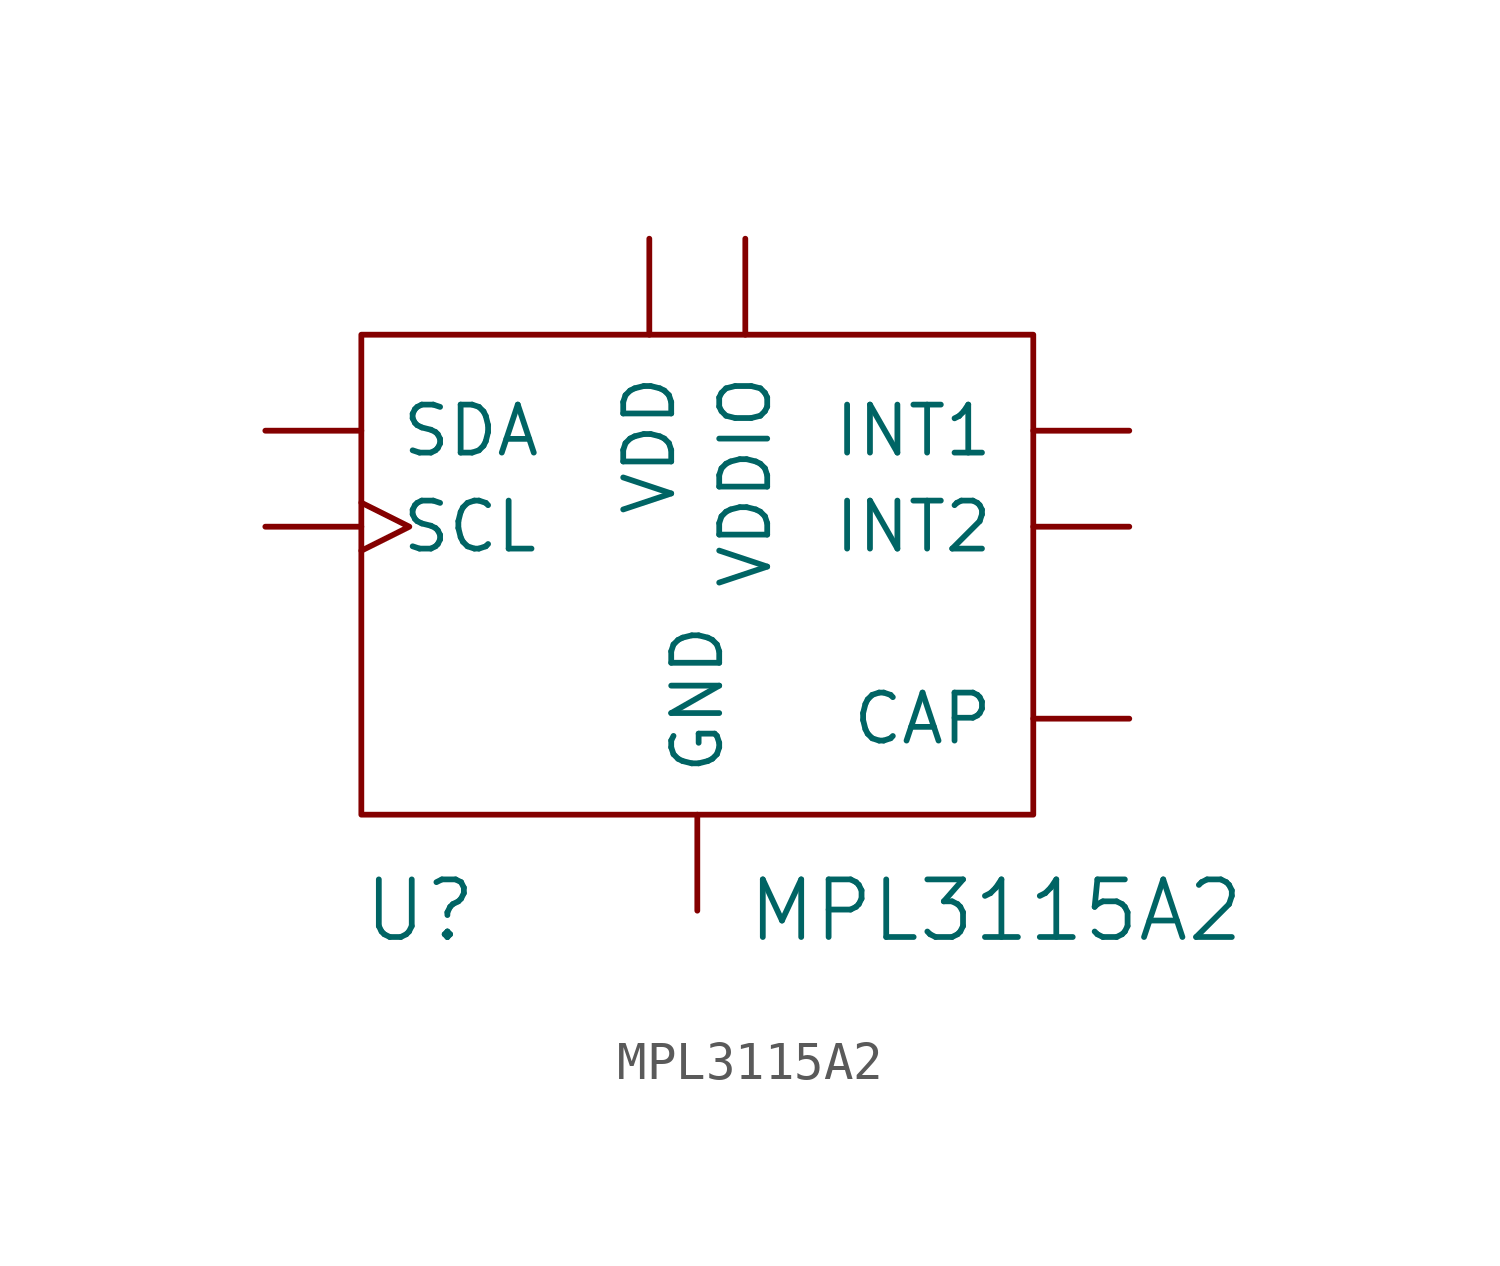
<source format=kicad_sym>
(kicad_symbol_lib
  (version 20211014)
  (generator kicad_symbol_editor)
  (symbol "MPL3115A2"
    (pin_numbers hide)
    (pin_names
      (offset 1.016))
    (property "Reference" "U"
      (at -8.89 -8.89 0)
      (effects (font (size 1.524 1.524)) (justify left)))
    (property "Value" "MPL3115A2"
      (at 1.27 -8.89 0)
      (effects (font (size 1.524 1.524)) (justify left)))
    (symbol "MPL3115A2_0_1"
      (rectangle (start -8.89 6.35) (end 8.89 -6.35) (stroke (width 0) (type default) (color 0 0 0 0)) (fill (type none))))
    (symbol "MPL3115A2_1_1"
      (pin power_in line (at -1.27 8.89 270) (length 2.54) (name "VDD" (effects (font (size 1.27 1.27)))) (number "1" (effects (font (size 1.27 1.27)))))
      (pin passive line (at 11.43 -3.81 180) (length 2.54) (name "CAP" (effects (font (size 1.27 1.27)))) (number "2" (effects (font (size 1.27 1.27)))))
      (pin power_in line (at 0 -8.89 90) (length 2.54) (name "GND" (effects (font (size 1.27 1.27)))) (number "3" (effects (font (size 1.27 1.27)))))
      (pin power_in line (at 1.27 8.89 270) (length 2.54) (name "VDDIO" (effects (font (size 1.27 1.27)))) (number "4" (effects (font (size 1.27 1.27)))))
      (pin output line (at 11.43 1.27 180) (length 2.54) (name "INT2" (effects (font (size 1.27 1.27)))) (number "5" (effects (font (size 1.27 1.27)))))
      (pin output line (at 11.43 3.81 180) (length 2.54) (name "INT1" (effects (font (size 1.27 1.27)))) (number "6" (effects (font (size 1.27 1.27)))))
      (pin open_collector line (at -11.43 3.81 0) (length 2.54) (name "SDA" (effects (font (size 1.27 1.27)))) (number "7" (effects (font (size 1.27 1.27)))))
      (pin open_collector clock (at -11.43 1.27 0) (length 2.54) (name "SCL" (effects (font (size 1.27 1.27)))) (number "8" (effects (font (size 1.27 1.27))))))))
</source>
